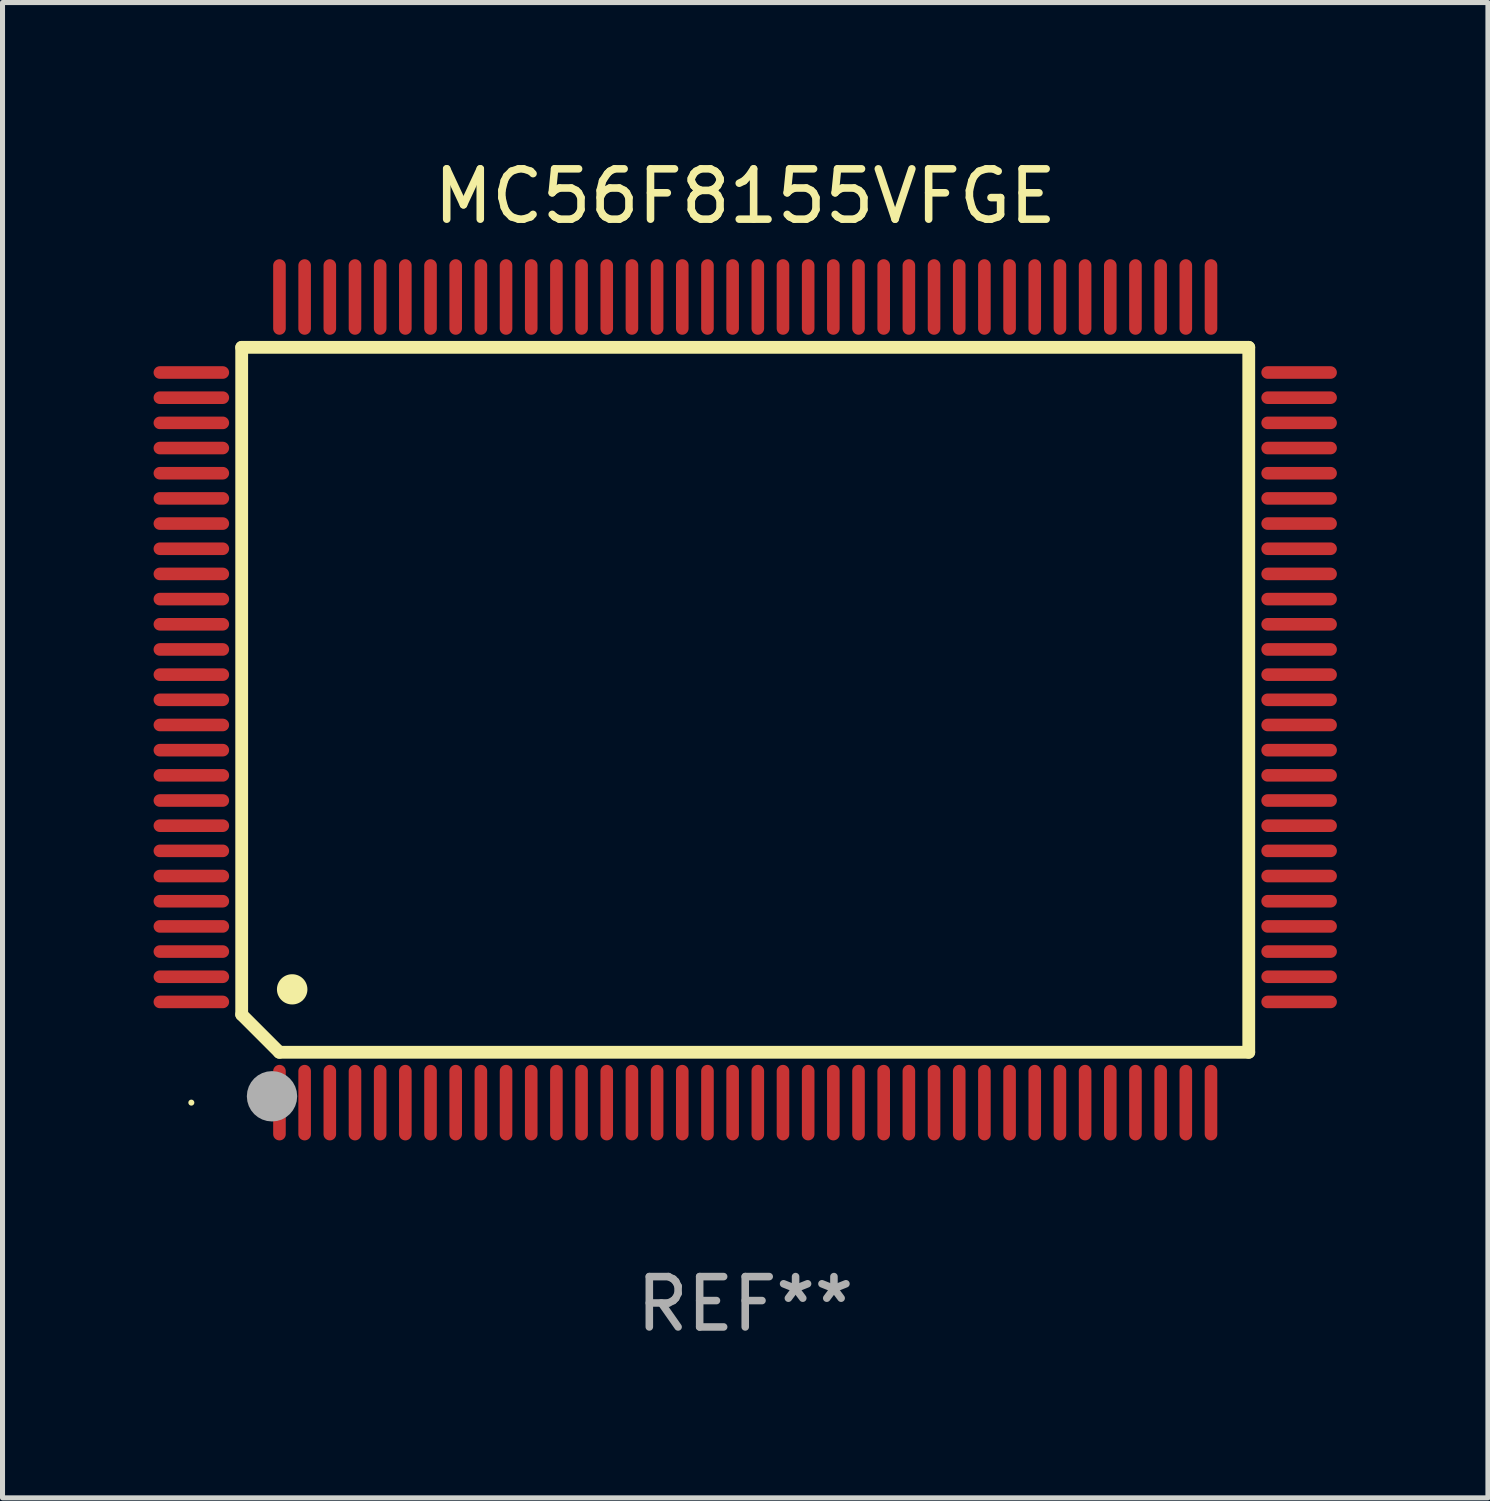
<source format=kicad_pcb>
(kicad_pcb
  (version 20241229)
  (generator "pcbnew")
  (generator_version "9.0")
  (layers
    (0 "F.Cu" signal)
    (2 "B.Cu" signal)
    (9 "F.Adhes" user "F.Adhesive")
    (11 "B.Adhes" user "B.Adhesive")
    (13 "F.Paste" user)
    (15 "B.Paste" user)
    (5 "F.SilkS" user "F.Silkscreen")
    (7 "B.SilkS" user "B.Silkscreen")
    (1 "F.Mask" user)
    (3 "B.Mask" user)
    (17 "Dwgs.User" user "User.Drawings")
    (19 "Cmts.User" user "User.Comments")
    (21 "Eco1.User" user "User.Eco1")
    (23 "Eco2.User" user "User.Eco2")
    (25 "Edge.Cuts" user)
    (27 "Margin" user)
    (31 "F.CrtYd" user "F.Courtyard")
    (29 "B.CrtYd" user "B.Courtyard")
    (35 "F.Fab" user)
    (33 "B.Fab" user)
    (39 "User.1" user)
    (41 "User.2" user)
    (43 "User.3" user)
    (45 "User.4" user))
  (footprint "MC56F8155VFGE"
    (layer "F.Cu")
    (at 11.75 10.848)
    (property "Reference" "MC56F8155VFGE" (at 0 -10 0) (layer "F.SilkS") (effects (font (size 1 1) (thickness 0.15))))
    (attr through_hole)
    (fp_line (start -10 -7) (end -10 6.25) (stroke (width 0.254) (type solid)) (layer "F.SilkS"))
    (fp_line (start -10 -7) (end 10 -7) (stroke (width 0.254) (type solid)) (layer "F.SilkS"))
    (fp_line (start -9.252 7) (end -10 6.252) (stroke (width 0.254) (type solid)) (layer "F.SilkS"))
    (fp_line (start 10 -7) (end 10 7) (stroke (width 0.254) (type solid)) (layer "F.SilkS"))
    (fp_line (start 10 7) (end -9.252 7) (stroke (width 0.254) (type solid)) (layer "F.SilkS"))
    (fp_arc (start -9.000025 5.750013) (mid -8.997485 5.750002) (end -8.994945 5.750013) (stroke (width 0.6) (type solid)) (layer "F.SilkS"))
    (fp_circle (center -11 8) (end -10.97 8) (stroke (width 0.06) (type solid)) (fill no) (layer "F.SilkS"))
    (fp_circle (center -9.398 7.874) (end -9.148 7.874) (stroke (width 0.5) (type solid)) (fill no) (layer "F.Fab"))
    (fp_text user "REF**" (at 0 12 0) (layer "F.Fab") (effects (font (size 1 1) (thickness 0.15))))
    (pad "1" smd oval (at -9.25 8) (size 0.25 1.5) (layers "F.Cu" "F.Mask" "F.Paste"))
    (pad "2" smd oval (at -8.75 8) (size 0.25 1.5) (layers "F.Cu" "F.Mask" "F.Paste"))
    (pad "3" smd oval (at -8.25 8) (size 0.25 1.5) (layers "F.Cu" "F.Mask" "F.Paste"))
    (pad "4" smd oval (at -7.75 8) (size 0.25 1.5) (layers "F.Cu" "F.Mask" "F.Paste"))
    (pad "5" smd oval (at -7.25 8) (size 0.25 1.5) (layers "F.Cu" "F.Mask" "F.Paste"))
    (pad "6" smd oval (at -6.75 8) (size 0.25 1.5) (layers "F.Cu" "F.Mask" "F.Paste"))
    (pad "7" smd oval (at -6.25 8) (size 0.25 1.5) (layers "F.Cu" "F.Mask" "F.Paste"))
    (pad "8" smd oval (at -5.75 8) (size 0.25 1.5) (layers "F.Cu" "F.Mask" "F.Paste"))
    (pad "9" smd oval (at -5.25 8) (size 0.25 1.5) (layers "F.Cu" "F.Mask" "F.Paste"))
    (pad "10" smd oval (at -4.75 8) (size 0.25 1.5) (layers "F.Cu" "F.Mask" "F.Paste"))
    (pad "11" smd oval (at -4.25 8) (size 0.25 1.5) (layers "F.Cu" "F.Mask" "F.Paste"))
    (pad "12" smd oval (at -3.75 8) (size 0.25 1.5) (layers "F.Cu" "F.Mask" "F.Paste"))
    (pad "13" smd oval (at -3.25 8) (size 0.25 1.5) (layers "F.Cu" "F.Mask" "F.Paste"))
    (pad "14" smd oval (at -2.75 8) (size 0.25 1.5) (layers "F.Cu" "F.Mask" "F.Paste"))
    (pad "15" smd oval (at -2.25 8) (size 0.25 1.5) (layers "F.Cu" "F.Mask" "F.Paste"))
    (pad "16" smd oval (at -1.75 8) (size 0.25 1.5) (layers "F.Cu" "F.Mask" "F.Paste"))
    (pad "17" smd oval (at -1.25 8) (size 0.25 1.5) (layers "F.Cu" "F.Mask" "F.Paste"))
    (pad "18" smd oval (at -0.75 8) (size 0.25 1.5) (layers "F.Cu" "F.Mask" "F.Paste"))
    (pad "19" smd oval (at -0.25 8) (size 0.25 1.5) (layers "F.Cu" "F.Mask" "F.Paste"))
    (pad "20" smd oval (at 0.25 8) (size 0.25 1.5) (layers "F.Cu" "F.Mask" "F.Paste"))
    (pad "21" smd oval (at 0.75 8) (size 0.25 1.5) (layers "F.Cu" "F.Mask" "F.Paste"))
    (pad "22" smd oval (at 1.25 8) (size 0.25 1.5) (layers "F.Cu" "F.Mask" "F.Paste"))
    (pad "23" smd oval (at 1.75 8) (size 0.25 1.5) (layers "F.Cu" "F.Mask" "F.Paste"))
    (pad "24" smd oval (at 2.25 8) (size 0.25 1.5) (layers "F.Cu" "F.Mask" "F.Paste"))
    (pad "25" smd oval (at 2.75 8) (size 0.25 1.5) (layers "F.Cu" "F.Mask" "F.Paste"))
    (pad "26" smd oval (at 3.25 8) (size 0.25 1.5) (layers "F.Cu" "F.Mask" "F.Paste"))
    (pad "27" smd oval (at 3.75 8) (size 0.25 1.5) (layers "F.Cu" "F.Mask" "F.Paste"))
    (pad "28" smd oval (at 4.25 8) (size 0.25 1.5) (layers "F.Cu" "F.Mask" "F.Paste"))
    (pad "29" smd oval (at 4.75 8) (size 0.25 1.5) (layers "F.Cu" "F.Mask" "F.Paste"))
    (pad "30" smd oval (at 5.25 8) (size 0.25 1.5) (layers "F.Cu" "F.Mask" "F.Paste"))
    (pad "31" smd oval (at 5.75 8) (size 0.25 1.5) (layers "F.Cu" "F.Mask" "F.Paste"))
    (pad "32" smd oval (at 6.25 8) (size 0.25 1.5) (layers "F.Cu" "F.Mask" "F.Paste"))
    (pad "33" smd oval (at 6.75 8 180) (size 0.25 1.5) (layers "F.Cu" "F.Mask" "F.Paste"))
    (pad "34" smd oval (at 7.25 8 180) (size 0.25 1.5) (layers "F.Cu" "F.Mask" "F.Paste"))
    (pad "35" smd oval (at 7.75 8 180) (size 0.25 1.5) (layers "F.Cu" "F.Mask" "F.Paste"))
    (pad "36" smd oval (at 8.25 8 180) (size 0.25 1.5) (layers "F.Cu" "F.Mask" "F.Paste"))
    (pad "37" smd oval (at 8.75 8 180) (size 0.25 1.5) (layers "F.Cu" "F.Mask" "F.Paste"))
    (pad "38" smd oval (at 9.25 8 180) (size 0.25 1.5) (layers "F.Cu" "F.Mask" "F.Paste"))
    (pad "39" smd oval (at 11 6 270) (size 0.25 1.5) (layers "F.Cu" "F.Mask" "F.Paste"))
    (pad "40" smd oval (at 11 5.5 270) (size 0.25 1.5) (layers "F.Cu" "F.Mask" "F.Paste"))
    (pad "41" smd oval (at 11 5 270) (size 0.25 1.5) (layers "F.Cu" "F.Mask" "F.Paste"))
    (pad "42" smd oval (at 11 4.5 270) (size 0.25 1.5) (layers "F.Cu" "F.Mask" "F.Paste"))
    (pad "43" smd oval (at 11 4 270) (size 0.25 1.5) (layers "F.Cu" "F.Mask" "F.Paste"))
    (pad "44" smd oval (at 11 3.5 270) (size 0.25 1.5) (layers "F.Cu" "F.Mask" "F.Paste"))
    (pad "45" smd oval (at 11 3 270) (size 0.25 1.5) (layers "F.Cu" "F.Mask" "F.Paste"))
    (pad "46" smd oval (at 11 2.5 270) (size 0.25 1.5) (layers "F.Cu" "F.Mask" "F.Paste"))
    (pad "47" smd oval (at 11 2 270) (size 0.25 1.5) (layers "F.Cu" "F.Mask" "F.Paste"))
    (pad "48" smd oval (at 11 1.5 270) (size 0.25 1.5) (layers "F.Cu" "F.Mask" "F.Paste"))
    (pad "49" smd oval (at 11 1 270) (size 0.25 1.5) (layers "F.Cu" "F.Mask" "F.Paste"))
    (pad "50" smd oval (at 11 0.5 270) (size 0.25 1.5) (layers "F.Cu" "F.Mask" "F.Paste"))
    (pad "51" smd oval (at 11 0 270) (size 0.25 1.5) (layers "F.Cu" "F.Mask" "F.Paste"))
    (pad "52" smd oval (at 11 -0.5 270) (size 0.25 1.5) (layers "F.Cu" "F.Mask" "F.Paste"))
    (pad "53" smd oval (at 11 -1 270) (size 0.25 1.5) (layers "F.Cu" "F.Mask" "F.Paste"))
    (pad "54" smd oval (at 11 -1.5 270) (size 0.25 1.5) (layers "F.Cu" "F.Mask" "F.Paste"))
    (pad "55" smd oval (at 11 -2 270) (size 0.25 1.5) (layers "F.Cu" "F.Mask" "F.Paste"))
    (pad "56" smd oval (at 11 -2.5 270) (size 0.25 1.5) (layers "F.Cu" "F.Mask" "F.Paste"))
    (pad "57" smd oval (at 11 -3 270) (size 0.25 1.5) (layers "F.Cu" "F.Mask" "F.Paste"))
    (pad "58" smd oval (at 11 -3.5 270) (size 0.25 1.5) (layers "F.Cu" "F.Mask" "F.Paste"))
    (pad "59" smd oval (at 11 -4 270) (size 0.25 1.5) (layers "F.Cu" "F.Mask" "F.Paste"))
    (pad "60" smd oval (at 11 -4.5 270) (size 0.25 1.5) (layers "F.Cu" "F.Mask" "F.Paste"))
    (pad "61" smd oval (at 11 -5 270) (size 0.25 1.5) (layers "F.Cu" "F.Mask" "F.Paste"))
    (pad "62" smd oval (at 11 -5.5 270) (size 0.25 1.5) (layers "F.Cu" "F.Mask" "F.Paste"))
    (pad "63" smd oval (at 11 -6 270) (size 0.25 1.5) (layers "F.Cu" "F.Mask" "F.Paste"))
    (pad "64" smd oval (at 11 -6.5 270) (size 0.25 1.5) (layers "F.Cu" "F.Mask" "F.Paste"))
    (pad "65" smd oval (at 9.25 -8 180) (size 0.25 1.5) (layers "F.Cu" "F.Mask" "F.Paste"))
    (pad "66" smd oval (at 8.75 -8 180) (size 0.25 1.5) (layers "F.Cu" "F.Mask" "F.Paste"))
    (pad "67" smd oval (at 8.25 -8 180) (size 0.25 1.5) (layers "F.Cu" "F.Mask" "F.Paste"))
    (pad "68" smd oval (at 7.75 -8 180) (size 0.25 1.5) (layers "F.Cu" "F.Mask" "F.Paste"))
    (pad "69" smd oval (at 7.25 -8 180) (size 0.25 1.5) (layers "F.Cu" "F.Mask" "F.Paste"))
    (pad "70" smd oval (at 6.75 -8 180) (size 0.25 1.5) (layers "F.Cu" "F.Mask" "F.Paste"))
    (pad "71" smd oval (at 6.25 -8 180) (size 0.25 1.5) (layers "F.Cu" "F.Mask" "F.Paste"))
    (pad "72" smd oval (at 5.75 -8 180) (size 0.25 1.5) (layers "F.Cu" "F.Mask" "F.Paste"))
    (pad "73" smd oval (at 5.25 -8 180) (size 0.25 1.5) (layers "F.Cu" "F.Mask" "F.Paste"))
    (pad "74" smd oval (at 4.75 -8 180) (size 0.25 1.5) (layers "F.Cu" "F.Mask" "F.Paste"))
    (pad "75" smd oval (at 4.25 -8 180) (size 0.25 1.5) (layers "F.Cu" "F.Mask" "F.Paste"))
    (pad "76" smd oval (at 3.75 -8 180) (size 0.25 1.5) (layers "F.Cu" "F.Mask" "F.Paste"))
    (pad "77" smd oval (at 3.25 -8 180) (size 0.25 1.5) (layers "F.Cu" "F.Mask" "F.Paste"))
    (pad "78" smd oval (at 2.75 -8 180) (size 0.25 1.5) (layers "F.Cu" "F.Mask" "F.Paste"))
    (pad "79" smd oval (at 2.25 -8 180) (size 0.25 1.5) (layers "F.Cu" "F.Mask" "F.Paste"))
    (pad "80" smd oval (at 1.75 -8 180) (size 0.25 1.5) (layers "F.Cu" "F.Mask" "F.Paste"))
    (pad "81" smd oval (at 1.25 -8 180) (size 0.25 1.5) (layers "F.Cu" "F.Mask" "F.Paste"))
    (pad "82" smd oval (at 0.75 -8 180) (size 0.25 1.5) (layers "F.Cu" "F.Mask" "F.Paste"))
    (pad "83" smd oval (at 0.25 -8 180) (size 0.25 1.5) (layers "F.Cu" "F.Mask" "F.Paste"))
    (pad "84" smd oval (at -0.25 -8 180) (size 0.25 1.5) (layers "F.Cu" "F.Mask" "F.Paste"))
    (pad "85" smd oval (at -0.75 -8 180) (size 0.25 1.5) (layers "F.Cu" "F.Mask" "F.Paste"))
    (pad "86" smd oval (at -1.25 -8 180) (size 0.25 1.5) (layers "F.Cu" "F.Mask" "F.Paste"))
    (pad "87" smd oval (at -1.75 -8 180) (size 0.25 1.5) (layers "F.Cu" "F.Mask" "F.Paste"))
    (pad "88" smd oval (at -2.25 -8 180) (size 0.25 1.5) (layers "F.Cu" "F.Mask" "F.Paste"))
    (pad "89" smd oval (at -2.75 -8 180) (size 0.25 1.5) (layers "F.Cu" "F.Mask" "F.Paste"))
    (pad "90" smd oval (at -3.25 -8 180) (size 0.25 1.5) (layers "F.Cu" "F.Mask" "F.Paste"))
    (pad "91" smd oval (at -3.75 -8 180) (size 0.25 1.5) (layers "F.Cu" "F.Mask" "F.Paste"))
    (pad "92" smd oval (at -4.25 -8 180) (size 0.25 1.5) (layers "F.Cu" "F.Mask" "F.Paste"))
    (pad "93" smd oval (at -4.75 -8 180) (size 0.25 1.5) (layers "F.Cu" "F.Mask" "F.Paste"))
    (pad "94" smd oval (at -5.25 -8 180) (size 0.25 1.5) (layers "F.Cu" "F.Mask" "F.Paste"))
    (pad "95" smd oval (at -5.75 -8 180) (size 0.25 1.5) (layers "F.Cu" "F.Mask" "F.Paste"))
    (pad "96" smd oval (at -6.25 -8 180) (size 0.25 1.5) (layers "F.Cu" "F.Mask" "F.Paste"))
    (pad "97" smd oval (at -6.75 -8 180) (size 0.25 1.5) (layers "F.Cu" "F.Mask" "F.Paste"))
    (pad "98" smd oval (at -7.25 -8 180) (size 0.25 1.5) (layers "F.Cu" "F.Mask" "F.Paste"))
    (pad "99" smd oval (at -7.75 -8 180) (size 0.25 1.5) (layers "F.Cu" "F.Mask" "F.Paste"))
    (pad "100" smd oval (at -8.25 -8 180) (size 0.25 1.5) (layers "F.Cu" "F.Mask" "F.Paste"))
    (pad "101" smd oval (at -8.75 -8 180) (size 0.25 1.5) (layers "F.Cu" "F.Mask" "F.Paste"))
    (pad "102" smd oval (at -9.25 -8) (size 0.25 1.5) (layers "F.Cu" "F.Mask" "F.Paste"))
    (pad "103" smd oval (at -11 -6.5 270) (size 0.25 1.5) (layers "F.Cu" "F.Mask" "F.Paste"))
    (pad "104" smd oval (at -11 -6 270) (size 0.25 1.5) (layers "F.Cu" "F.Mask" "F.Paste"))
    (pad "105" smd oval (at -11 -5.5 270) (size 0.25 1.5) (layers "F.Cu" "F.Mask" "F.Paste"))
    (pad "106" smd oval (at -11 -5 270) (size 0.25 1.5) (layers "F.Cu" "F.Mask" "F.Paste"))
    (pad "107" smd oval (at -11 -4.5 270) (size 0.25 1.5) (layers "F.Cu" "F.Mask" "F.Paste"))
    (pad "108" smd oval (at -11 -4 270) (size 0.25 1.5) (layers "F.Cu" "F.Mask" "F.Paste"))
    (pad "109" smd oval (at -11 -3.5 270) (size 0.25 1.5) (layers "F.Cu" "F.Mask" "F.Paste"))
    (pad "110" smd oval (at -11 -3 270) (size 0.25 1.5) (layers "F.Cu" "F.Mask" "F.Paste"))
    (pad "111" smd oval (at -11 -2.5 270) (size 0.25 1.5) (layers "F.Cu" "F.Mask" "F.Paste"))
    (pad "112" smd oval (at -11 -2 270) (size 0.25 1.5) (layers "F.Cu" "F.Mask" "F.Paste"))
    (pad "113" smd oval (at -11 -1.5 270) (size 0.25 1.5) (layers "F.Cu" "F.Mask" "F.Paste"))
    (pad "114" smd oval (at -11 -1 270) (size 0.25 1.5) (layers "F.Cu" "F.Mask" "F.Paste"))
    (pad "115" smd oval (at -11 -0.5 270) (size 0.25 1.5) (layers "F.Cu" "F.Mask" "F.Paste"))
    (pad "116" smd oval (at -11 0 270) (size 0.25 1.5) (layers "F.Cu" "F.Mask" "F.Paste"))
    (pad "117" smd oval (at -11 0.5 270) (size 0.25 1.5) (layers "F.Cu" "F.Mask" "F.Paste"))
    (pad "118" smd oval (at -11 1 270) (size 0.25 1.5) (layers "F.Cu" "F.Mask" "F.Paste"))
    (pad "119" smd oval (at -11 1.5 270) (size 0.25 1.5) (layers "F.Cu" "F.Mask" "F.Paste"))
    (pad "120" smd oval (at -11 2 270) (size 0.25 1.5) (layers "F.Cu" "F.Mask" "F.Paste"))
    (pad "121" smd oval (at -11 2.5 270) (size 0.25 1.5) (layers "F.Cu" "F.Mask" "F.Paste"))
    (pad "122" smd oval (at -11 3 270) (size 0.25 1.5) (layers "F.Cu" "F.Mask" "F.Paste"))
    (pad "123" smd oval (at -11 3.5 270) (size 0.25 1.5) (layers "F.Cu" "F.Mask" "F.Paste"))
    (pad "124" smd oval (at -11 4 270) (size 0.25 1.5) (layers "F.Cu" "F.Mask" "F.Paste"))
    (pad "125" smd oval (at -11 4.5 270) (size 0.25 1.5) (layers "F.Cu" "F.Mask" "F.Paste"))
    (pad "126" smd oval (at -11 5 270) (size 0.25 1.5) (layers "F.Cu" "F.Mask" "F.Paste"))
    (pad "127" smd oval (at -11 5.5 270) (size 0.25 1.5) (layers "F.Cu" "F.Mask" "F.Paste"))
    (pad "128" smd oval (at -11 6 270) (size 0.25 1.5) (layers "F.Cu" "F.Mask" "F.Paste")))
  (gr_rect
    (start -3 -3)
    (end 26.5 26.697)
    (stroke (width 0.1) (type default))
    (fill no)
    (layer "Edge.Cuts")))
</source>
